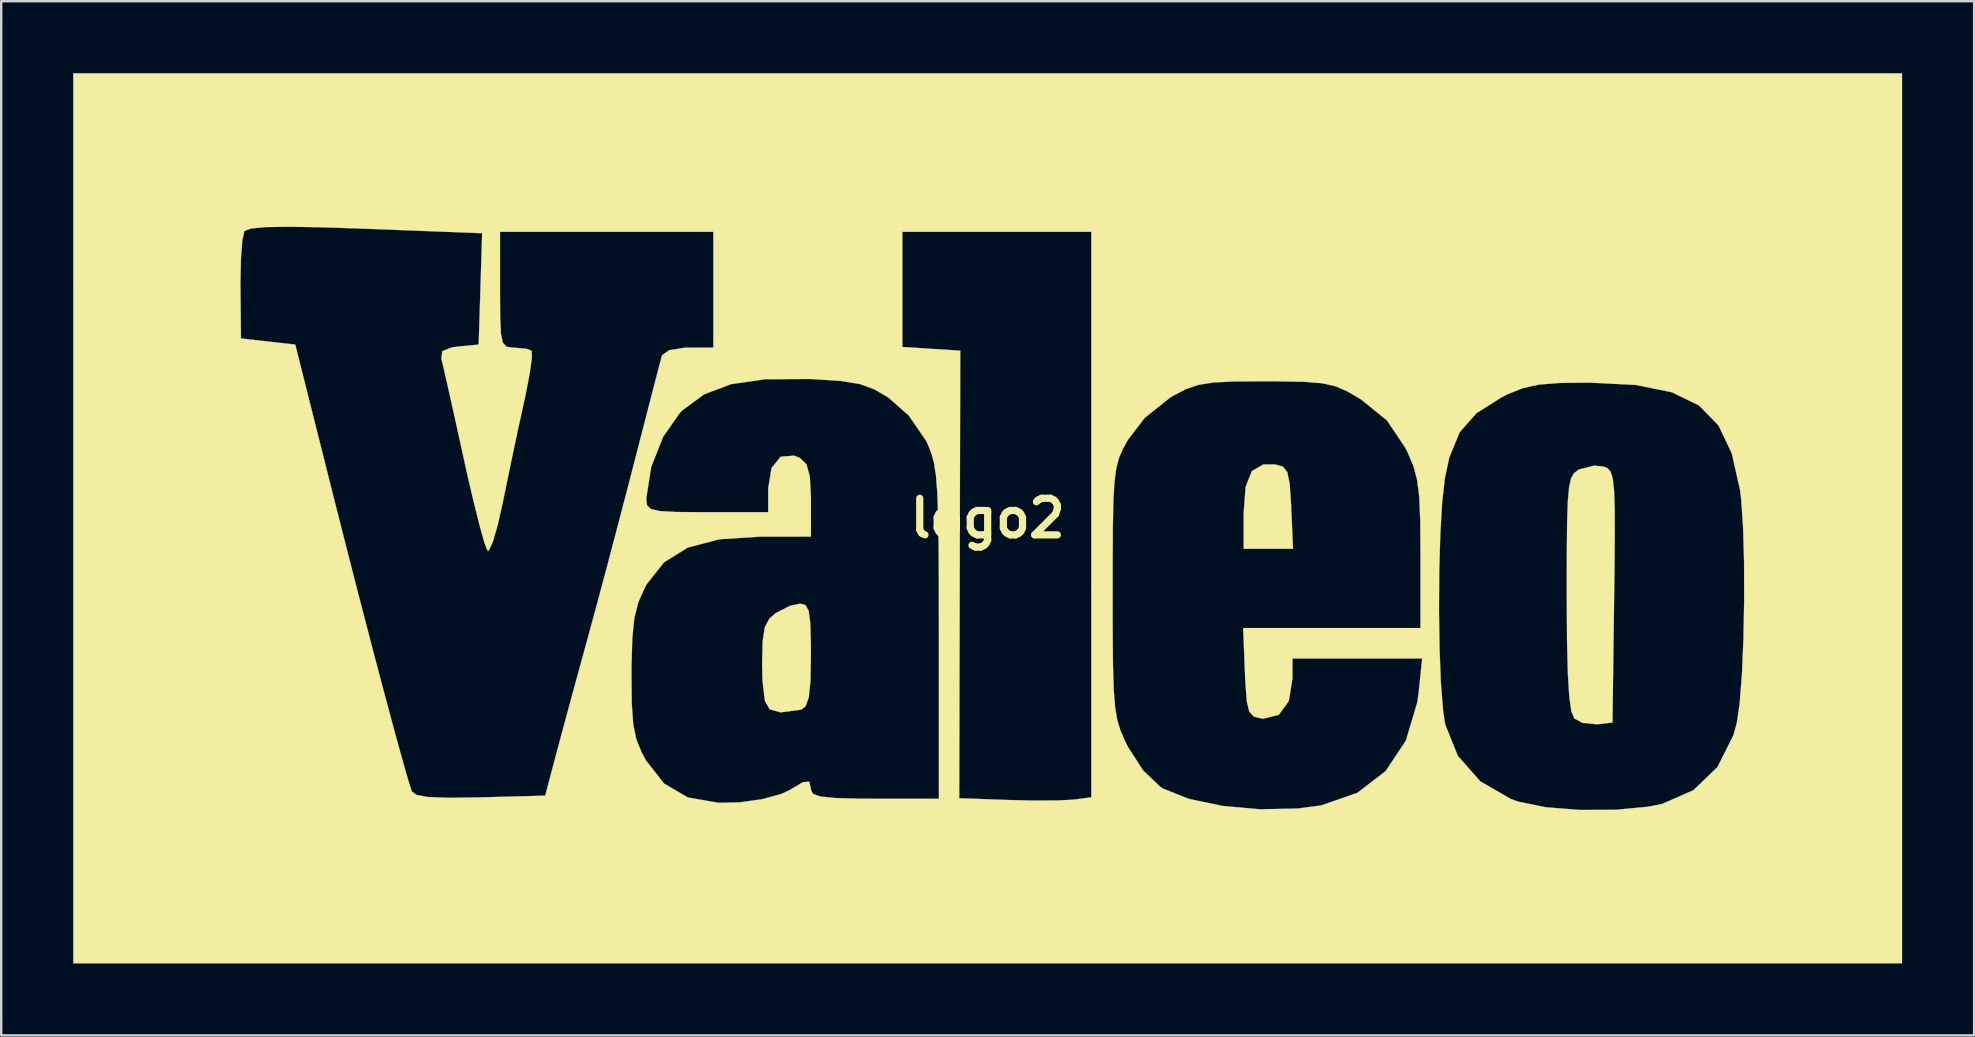
<source format=kicad_pcb>
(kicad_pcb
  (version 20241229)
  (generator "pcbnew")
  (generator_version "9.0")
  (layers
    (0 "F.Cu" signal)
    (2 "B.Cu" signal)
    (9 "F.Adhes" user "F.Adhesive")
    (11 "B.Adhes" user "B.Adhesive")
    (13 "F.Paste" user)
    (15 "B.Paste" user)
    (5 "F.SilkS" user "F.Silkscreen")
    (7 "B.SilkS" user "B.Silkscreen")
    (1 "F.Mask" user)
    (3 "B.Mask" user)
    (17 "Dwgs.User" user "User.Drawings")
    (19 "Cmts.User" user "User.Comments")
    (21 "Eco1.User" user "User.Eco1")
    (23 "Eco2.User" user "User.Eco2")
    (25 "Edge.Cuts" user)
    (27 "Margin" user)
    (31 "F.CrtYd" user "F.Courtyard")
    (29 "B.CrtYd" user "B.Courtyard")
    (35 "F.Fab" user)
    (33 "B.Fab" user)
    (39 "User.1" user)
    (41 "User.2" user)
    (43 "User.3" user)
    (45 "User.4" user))
  (footprint "logo2"
    (layer "F.Cu")
    (at 38.105 18.547)
    (property "Reference" "logo2" (at 0 0 0) (layer "F.SilkS") (effects (font (size 1.524 1.524) (thickness 0.3))))
    (attr through_hole)
    (fp_poly (pts (xy 11.988 -2.242) (xy 12.302 -2.153) (xy 12.487 -1.92) (xy 12.586 -1.426) (xy 12.643 -0.552) (xy 12.648 -0.445) (xy 12.723 1.27) (xy 10.668 1.27) (xy 10.668 -0.223) (xy 10.747 -1.311) (xy 11.009 -1.967) (xy 11.488 -2.246) (xy 11.988 -2.242)) (stroke (width 0.01) (type solid)) (fill yes) (layer "F.SilkS"))
    (fp_poly (pts (xy -7.595 3.613) (xy -7.46 3.849) (xy -7.391 4.361) (xy -7.367 5.247) (xy -7.366 5.688) (xy -7.385 6.78) (xy -7.453 7.463) (xy -7.587 7.833) (xy -7.768 7.974) (xy -8.635 8.085) (xy -9.081 7.96) (xy -9.28 7.612) (xy -9.383 6.771) (xy -9.398 6.089) (xy -9.377 5.13) (xy -9.288 4.539) (xy -9.094 4.176) (xy -8.833 3.951) (xy -8.241 3.649) (xy -7.817 3.556) (xy -7.595 3.613)) (stroke (width 0.01) (type solid)) (fill yes) (layer "F.SilkS"))
    (fp_poly (pts (xy 25.669 -2.154) (xy 25.837 -2.079) (xy 25.962 -1.931) (xy 26.048 -1.644) (xy 26.102 -1.151) (xy 26.127 -0.387) (xy 26.13 0.716) (xy 26.117 2.224) (xy 26.104 3.257) (xy 26.035 8.509) (xy 25.398 8.583) (xy 24.787 8.524) (xy 24.446 8.342) (xy 24.325 8.057) (xy 24.236 7.445) (xy 24.176 6.463) (xy 24.141 5.064) (xy 24.13 3.203) (xy 24.13 3.133) (xy 24.133 1.439) (xy 24.145 0.183) (xy 24.174 -0.707) (xy 24.228 -1.301) (xy 24.312 -1.669) (xy 24.435 -1.883) (xy 24.603 -2.012) (xy 24.648 -2.037) (xy 25.278 -2.195) (xy 25.669 -2.154)) (stroke (width 0.01) (type solid)) (fill yes) (layer "F.SilkS"))
    (fp_poly (pts (xy 38.1 18.542) (xy -38.1 18.542) (xy -38.1 -9.867) (xy -31.138 -9.867) (xy -31.136 -9.578) (xy -31.115 -7.493) (xy -28.852 -7.239) (xy -27.288 -1.016) (xy -26.749 1.11) (xy -26.21 3.211) (xy -25.689 5.216) (xy -25.203 7.059) (xy -24.771 8.67) (xy -24.411 9.981) (xy -24.141 10.924) (xy -23.999 11.375) (xy -23.805 11.526) (xy -23.304 11.615) (xy -22.431 11.647) (xy -21.161 11.629) (xy -18.437 11.557) (xy -18 9.906) (xy -17.757 8.997) (xy -17.423 7.764) (xy -17.072 6.477) (xy -14.843 6.477) (xy -14.831 7.705) (xy -14.771 8.567) (xy -14.642 9.205) (xy -14.418 9.758) (xy -14.242 10.086) (xy -13.484 11.052) (xy -12.494 11.632) (xy -11.206 11.856) (xy -10.341 11.837) (xy -9.414 11.708) (xy -8.608 11.491) (xy -8.255 11.326) (xy -7.697 10.996) (xy -7.435 10.975) (xy -7.366 11.261) (xy -7.366 11.303) (xy -7.284 11.477) (xy -6.984 11.59) (xy -6.384 11.654) (xy -5.402 11.681) (xy -4.699 11.684) (xy -2.032 11.684) (xy -2.032 4.779) (xy -2.034 2.713) (xy -2.043 1.088) (xy -2.063 -0.161) (xy -2.1 -1.099) (xy -2.156 -1.793) (xy -2.237 -2.309) (xy -2.347 -2.713) (xy -2.491 -3.07) (xy -2.571 -3.239) (xy -3.29 -4.285) (xy -4.139 -5.033) (xy -4.727 -5.377) (xy -5.327 -5.595) (xy -6.094 -5.721) (xy -7.184 -5.794) (xy -7.435 -5.805) (xy -9.258 -5.795) (xy -10.69 -5.59) (xy -11.815 -5.166) (xy -12.718 -4.502) (xy -12.827 -4.394) (xy -13.526 -3.392) (xy -14.022 -2.131) (xy -14.223 -0.848) (xy -14.224 -0.777) (xy -14.192 -0.539) (xy -14.035 -0.387) (xy -13.661 -0.301) (xy -12.977 -0.263) (xy -11.892 -0.254) (xy -11.684 -0.254) (xy -9.144 -0.254) (xy -9.144 -1.257) (xy -9.005 -2.099) (xy -8.626 -2.567) (xy -8.062 -2.611) (xy -7.817 -2.51) (xy -7.55 -2.249) (xy -7.41 -1.748) (xy -7.366 -0.882) (xy -7.366 -0.753) (xy -7.366 0.762) (xy -9.445 0.762) (xy -11.169 0.872) (xy -12.494 1.219) (xy -13.485 1.832) (xy -14.205 2.74) (xy -14.285 2.884) (xy -14.553 3.487) (xy -14.721 4.143) (xy -14.809 4.995) (xy -14.841 6.183) (xy -14.843 6.477) (xy -17.072 6.477) (xy -17.044 6.375) (xy -16.689 5.08) (xy -16.304 3.666) (xy -15.844 1.945) (xy -15.358 0.102) (xy -14.894 -1.678) (xy -14.737 -2.286) (xy -14.376 -3.689) (xy -14.055 -4.931) (xy -13.798 -5.923) (xy -13.627 -6.577) (xy -13.569 -6.795) (xy -13.269 -7.007) (xy -12.616 -7.109) (xy -12.454 -7.112) (xy -11.43 -7.112) (xy -11.43 -11.938) (xy -3.556 -11.938) (xy -3.556 -7.14) (xy -1.143 -6.985) (xy -1.164 2.34) (xy -1.186 11.665) (xy 0.868 11.738) (xy 1.936 11.762) (xy 2.889 11.757) (xy 3.547 11.727) (xy 3.619 11.719) (xy 4.318 11.626) (xy 4.318 3.048) (xy 5.207 3.048) (xy 5.209 4.808) (xy 5.222 6.142) (xy 5.252 7.131) (xy 5.308 7.855) (xy 5.399 8.398) (xy 5.531 8.838) (xy 5.713 9.26) (xy 5.842 9.521) (xy 6.479 10.51) (xy 7.206 11.198) (xy 7.312 11.264) (xy 8.387 11.692) (xy 9.789 11.985) (xy 11.351 12.125) (xy 12.907 12.094) (xy 13.904 11.962) (xy 15.403 11.44) (xy 16.585 10.531) (xy 17.426 9.262) (xy 17.904 7.661) (xy 17.964 7.207) (xy 18.105 5.842) (xy 12.7 5.842) (xy 12.7 6.682) (xy 12.55 7.612) (xy 12.13 8.188) (xy 11.485 8.35) (xy 11.416 8.343) (xy 11.093 8.263) (xy 10.901 8.06) (xy 10.796 7.62) (xy 10.738 6.83) (xy 10.72 6.413) (xy 10.646 4.572) (xy 18.034 4.572) (xy 18.034 3.84) (xy 18.806 3.84) (xy 18.829 5.43) (xy 18.885 6.856) (xy 18.974 7.995) (xy 19.063 8.586) (xy 19.593 9.902) (xy 20.53 10.963) (xy 21.808 11.699) (xy 22.127 11.811) (xy 23.258 12.04) (xy 24.674 12.153) (xy 26.167 12.146) (xy 27.526 12.017) (xy 28.104 11.902) (xy 29.409 11.329) (xy 30.411 10.362) (xy 31.075 9.041) (xy 31.216 8.528) (xy 31.338 7.689) (xy 31.431 6.472) (xy 31.493 5.007) (xy 31.523 3.422) (xy 31.519 1.848) (xy 31.479 0.413) (xy 31.402 -0.753) (xy 31.349 -1.186) (xy 31.006 -2.707) (xy 30.455 -3.866) (xy 29.642 -4.701) (xy 28.512 -5.252) (xy 27.012 -5.557) (xy 25.091 -5.654) (xy 23.858 -5.641) (xy 22.98 -5.573) (xy 22.303 -5.425) (xy 21.675 -5.173) (xy 21.432 -5.052) (xy 20.367 -4.38) (xy 19.667 -3.586) (xy 19.233 -2.527) (xy 19.048 -1.65) (xy 18.937 -0.657) (xy 18.86 0.672) (xy 18.816 2.212) (xy 18.806 3.84) (xy 18.034 3.84) (xy 18.034 1.447) (xy 18.024 0.088) (xy 17.984 -0.887) (xy 17.894 -1.602) (xy 17.739 -2.181) (xy 17.499 -2.747) (xy 17.406 -2.935) (xy 16.638 -4.079) (xy 15.565 -4.948) (xy 14.999 -5.283) (xy 14.5 -5.501) (xy 13.937 -5.628) (xy 13.178 -5.689) (xy 12.093 -5.708) (xy 11.557 -5.71) (xy 10.295 -5.703) (xy 9.411 -5.66) (xy 8.773 -5.559) (xy 8.251 -5.379) (xy 7.714 -5.098) (xy 7.617 -5.041) (xy 6.541 -4.182) (xy 5.839 -3.263) (xy 5.626 -2.874) (xy 5.468 -2.502) (xy 5.355 -2.066) (xy 5.281 -1.489) (xy 5.236 -0.692) (xy 5.215 0.406) (xy 5.208 1.882) (xy 5.207 3.048) (xy 4.318 3.048) (xy 4.318 -11.938) (xy -3.556 -11.938) (xy -11.43 -11.938) (xy -20.32 -11.938) (xy -20.32 -9.525) (xy -20.315 -8.407) (xy -20.283 -7.702) (xy -20.202 -7.314) (xy -20.047 -7.149) (xy -19.797 -7.112) (xy -19.727 -7.112) (xy -19.211 -7.061) (xy -19.002 -6.98) (xy -18.992 -6.687) (xy -19.083 -6.029) (xy -19.257 -5.133) (xy -19.311 -4.884) (xy -19.583 -3.646) (xy -19.889 -2.198) (xy -20.169 -0.831) (xy -20.199 -0.683) (xy -20.414 0.275) (xy -20.62 0.981) (xy -20.784 1.335) (xy -20.842 1.349) (xy -20.963 1.039) (xy -21.164 0.325) (xy -21.421 -0.699) (xy -21.71 -1.942) (xy -21.842 -2.54) (xy -22.134 -3.872) (xy -22.396 -5.05) (xy -22.604 -5.973) (xy -22.737 -6.542) (xy -22.764 -6.651) (xy -22.727 -6.964) (xy -22.32 -7.124) (xy -22.046 -7.159) (xy -21.209 -7.239) (xy -21.136 -9.559) (xy -21.064 -11.879) (xy -25.929 -12.066) (xy -27.76 -12.127) (xy -29.132 -12.15) (xy -30.09 -12.134) (xy -30.683 -12.078) (xy -30.956 -11.981) (xy -30.975 -11.958) (xy -31.058 -11.58) (xy -31.115 -10.835) (xy -31.138 -9.867) (xy -38.1 -9.867) (xy -38.1 -18.542) (xy 38.1 -18.542) (xy 38.1 18.542)) (stroke (width 0.01) (type solid)) (fill yes) (layer "F.SilkS")))
  (gr_rect
    (start -3 -3)
    (end 79.21 40.094)
    (stroke (width 0.1) (type default))
    (fill no)
    (layer "Edge.Cuts")))
</source>
